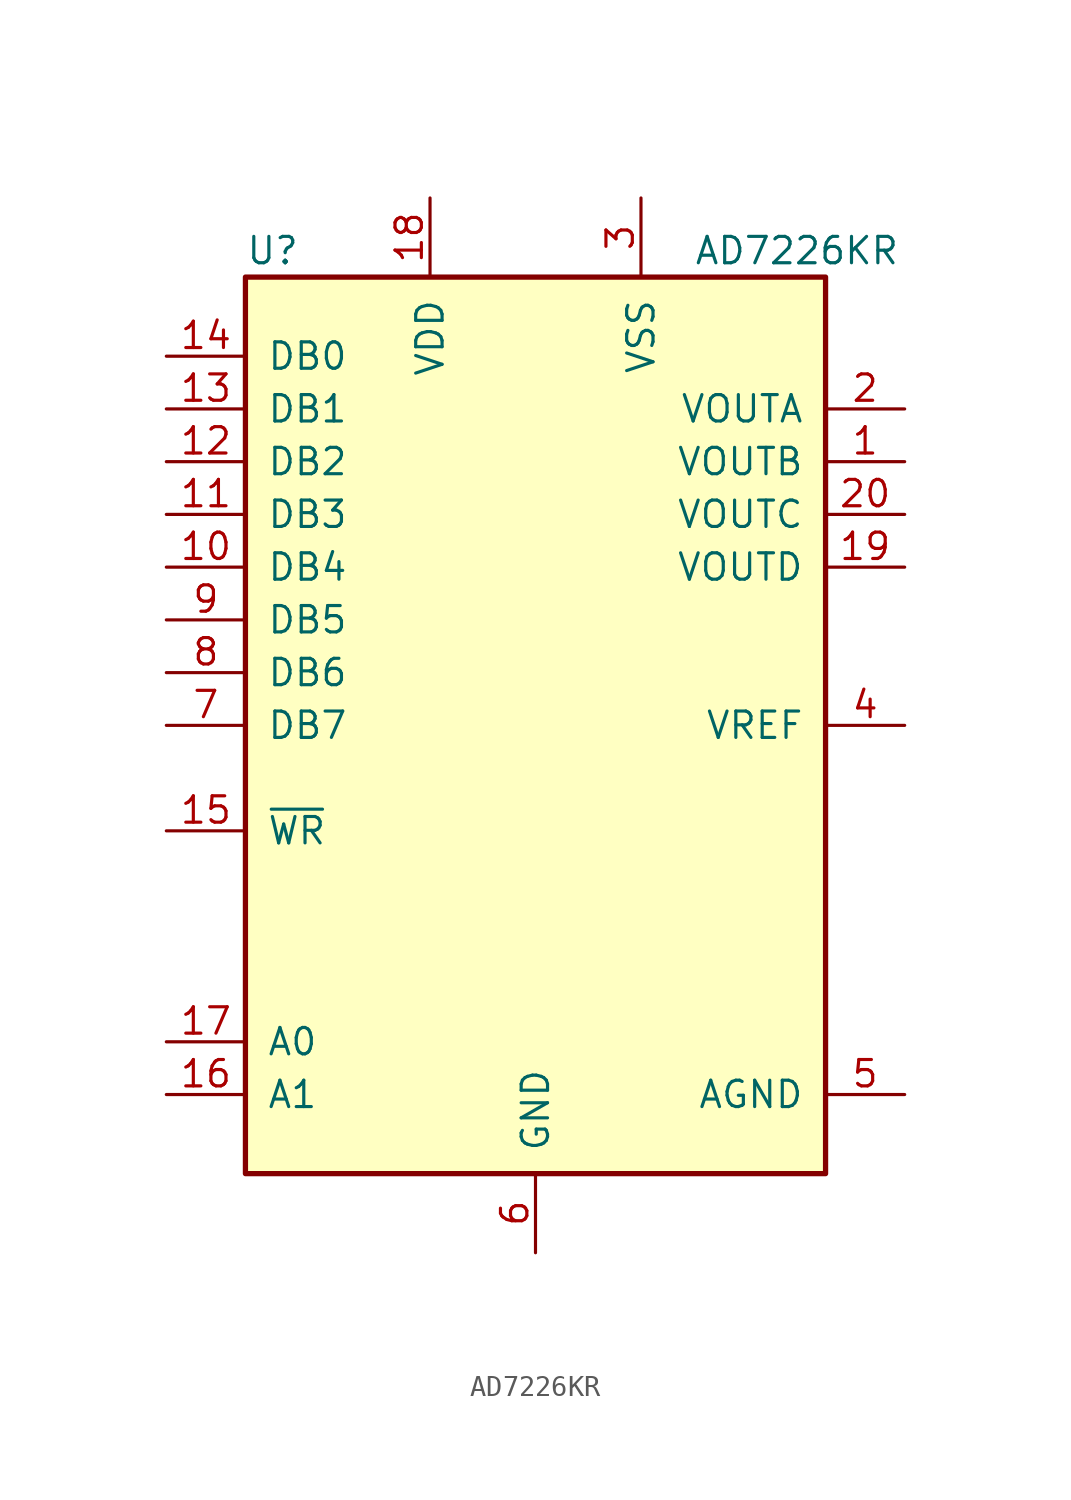
<source format=kicad_sym>
(kicad_symbol_lib
  (version 20201005)
  (generator kicad_symbol_editor)
  (symbol "AD7226KR"
    (pin_names
      (offset 1.016))
    (property "Reference" "U"
      (at -13.97 22.86 0)
      (effects (font (size 1.27 1.27)) (justify left)))
    (property "Value" "AD7226KR"
      (at 7.62 22.86 0)
      (effects (font (size 1.27 1.27)) (justify left)))
    (symbol "AD7226KR_0_1"
      (rectangle (start -13.97 -21.59) (end 13.97 21.59) (stroke (width 0.254)) (fill (type background))))
    (symbol "AD7226KR_1_1"
      (pin output line (at 17.78 12.7 180) (length 3.81) (name "VOUTB" (effects (font (size 1.27 1.27)))) (number "1" (effects (font (size 1.27 1.27)))))
      (pin input line (at -17.78 7.62 0) (length 3.81) (name "DB4" (effects (font (size 1.27 1.27)))) (number "10" (effects (font (size 1.27 1.27)))))
      (pin input line (at -17.78 10.16 0) (length 3.81) (name "DB3" (effects (font (size 1.27 1.27)))) (number "11" (effects (font (size 1.27 1.27)))))
      (pin input line (at -17.78 12.7 0) (length 3.81) (name "DB2" (effects (font (size 1.27 1.27)))) (number "12" (effects (font (size 1.27 1.27)))))
      (pin input line (at -17.78 15.24 0) (length 3.81) (name "DB1" (effects (font (size 1.27 1.27)))) (number "13" (effects (font (size 1.27 1.27)))))
      (pin input line (at -17.78 17.78 0) (length 3.81) (name "DB0" (effects (font (size 1.27 1.27)))) (number "14" (effects (font (size 1.27 1.27)))))
      (pin input line (at -17.78 -5.08 0) (length 3.81) (name "~WR" (effects (font (size 1.27 1.27)))) (number "15" (effects (font (size 1.27 1.27)))))
      (pin input line (at -17.78 -17.78 0) (length 3.81) (name "A1" (effects (font (size 1.27 1.27)))) (number "16" (effects (font (size 1.27 1.27)))))
      (pin input line (at -17.78 -15.24 0) (length 3.81) (name "A0" (effects (font (size 1.27 1.27)))) (number "17" (effects (font (size 1.27 1.27)))))
      (pin power_in line (at -5.08 25.4 270) (length 3.81) (name "VDD" (effects (font (size 1.27 1.27)))) (number "18" (effects (font (size 1.27 1.27)))))
      (pin output line (at 17.78 7.62 180) (length 3.81) (name "VOUTD" (effects (font (size 1.27 1.27)))) (number "19" (effects (font (size 1.27 1.27)))))
      (pin output line (at 17.78 15.24 180) (length 3.81) (name "VOUTA" (effects (font (size 1.27 1.27)))) (number "2" (effects (font (size 1.27 1.27)))))
      (pin output line (at 17.78 10.16 180) (length 3.81) (name "VOUTC" (effects (font (size 1.27 1.27)))) (number "20" (effects (font (size 1.27 1.27)))))
      (pin power_in line (at 5.08 25.4 270) (length 3.81) (name "VSS" (effects (font (size 1.27 1.27)))) (number "3" (effects (font (size 1.27 1.27)))))
      (pin input line (at 17.78 0 180) (length 3.81) (name "VREF" (effects (font (size 1.27 1.27)))) (number "4" (effects (font (size 1.27 1.27)))))
      (pin input line (at 17.78 -17.78 180) (length 3.81) (name "AGND" (effects (font (size 1.27 1.27)))) (number "5" (effects (font (size 1.27 1.27)))))
      (pin power_in line (at 0 -25.4 90) (length 3.81) (name "GND" (effects (font (size 1.27 1.27)))) (number "6" (effects (font (size 1.27 1.27)))))
      (pin input line (at -17.78 0 0) (length 3.81) (name "DB7" (effects (font (size 1.27 1.27)))) (number "7" (effects (font (size 1.27 1.27)))))
      (pin input line (at -17.78 2.54 0) (length 3.81) (name "DB6" (effects (font (size 1.27 1.27)))) (number "8" (effects (font (size 1.27 1.27)))))
      (pin input line (at -17.78 5.08 0) (length 3.81) (name "DB5" (effects (font (size 1.27 1.27)))) (number "9" (effects (font (size 1.27 1.27))))))))
</source>
